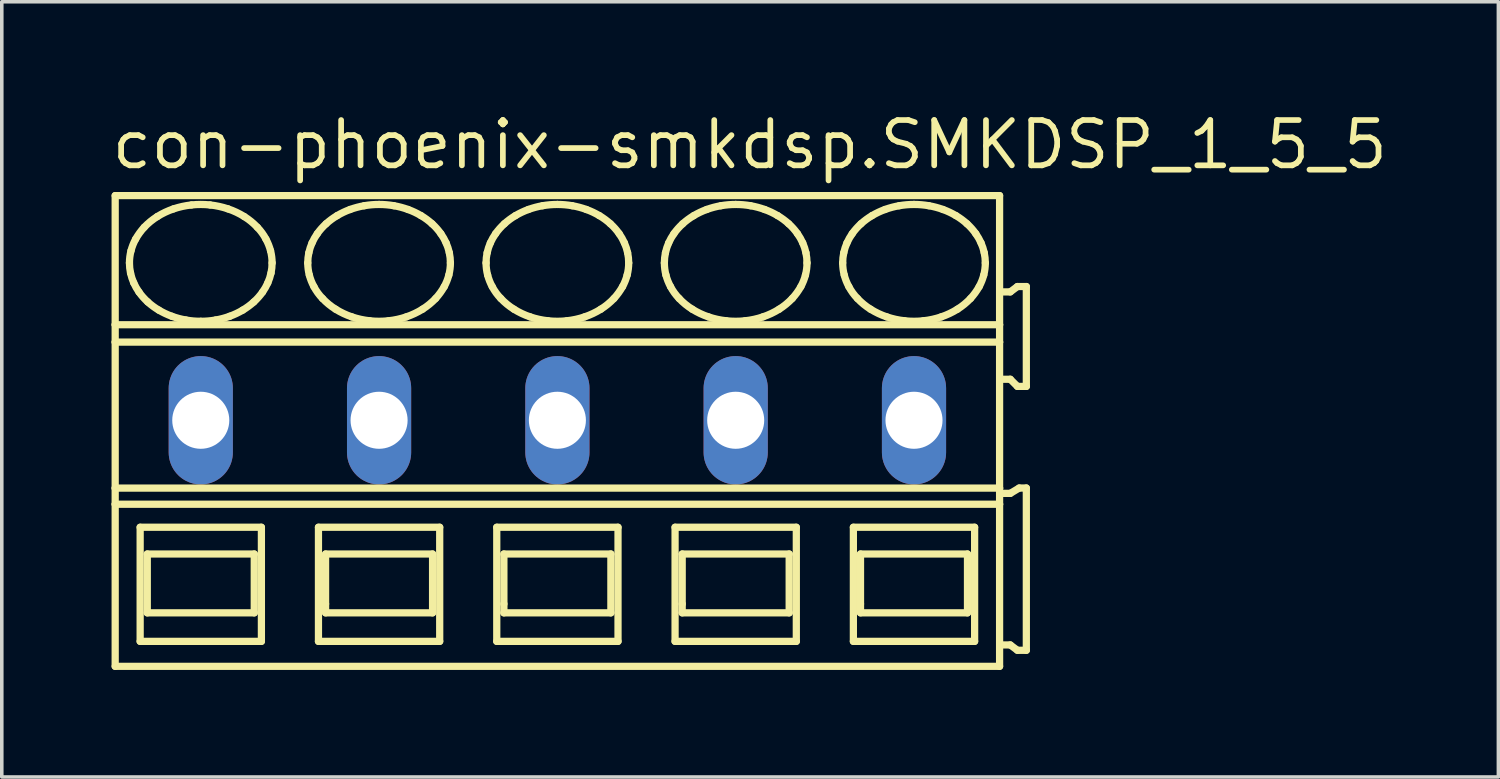
<source format=kicad_pcb>
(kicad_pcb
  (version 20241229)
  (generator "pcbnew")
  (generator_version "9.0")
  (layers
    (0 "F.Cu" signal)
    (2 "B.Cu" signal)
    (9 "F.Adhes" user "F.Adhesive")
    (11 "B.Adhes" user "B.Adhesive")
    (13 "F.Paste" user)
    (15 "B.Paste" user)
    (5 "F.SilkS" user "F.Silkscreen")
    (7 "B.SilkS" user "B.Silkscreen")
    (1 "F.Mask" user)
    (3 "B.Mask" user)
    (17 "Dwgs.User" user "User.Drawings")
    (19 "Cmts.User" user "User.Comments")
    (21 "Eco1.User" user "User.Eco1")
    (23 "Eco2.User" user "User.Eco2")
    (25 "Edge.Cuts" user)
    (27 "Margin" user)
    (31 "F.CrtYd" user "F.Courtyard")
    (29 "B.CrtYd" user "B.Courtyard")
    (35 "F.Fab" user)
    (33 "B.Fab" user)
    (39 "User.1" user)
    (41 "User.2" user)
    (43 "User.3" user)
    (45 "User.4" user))
  (footprint "con-phoenix-smkdsp.SMKDSP_1_5_5"
    (layer "F.Cu")
    (at 5.08 8.735)
    (property "Reference" "con-phoenix-smkdsp.SMKDSP_1_5_5" (at -5.08 -6.985 0) (layer "F.SilkS") (effects (font (size 1.27 1.27) (thickness 0.16)) (justify left bottom)))
    (attr through_hole)
    (fp_line (start -4.9 -6.3) (end -4.9 -2.679) (stroke (width 0.203) (type default)) (layer "F.SilkS"))
    (fp_line (start -4.9 -2.679) (end -4.9 -2.192) (stroke (width 0.203) (type default)) (layer "F.SilkS"))
    (fp_line (start -4.9 -2.192) (end -4.9 1.902) (stroke (width 0.203) (type default)) (layer "F.SilkS"))
    (fp_line (start -4.9 1.902) (end -4.9 2.354) (stroke (width 0.203) (type default)) (layer "F.SilkS"))
    (fp_line (start -4.9 2.354) (end -4.9 6.9) (stroke (width 0.203) (type default)) (layer "F.SilkS"))
    (fp_line (start -4.9 6.9) (end 19.9 6.9) (stroke (width 0.203) (type default)) (layer "F.SilkS"))
    (fp_line (start -4.2 3) (end -4.2 6.2) (stroke (width 0.203) (type default)) (layer "F.SilkS"))
    (fp_line (start -4.2 6.2) (end -0.8 6.2) (stroke (width 0.203) (type default)) (layer "F.SilkS"))
    (fp_line (start -4 3.75) (end -4 5.4) (stroke (width 0.203) (type default)) (layer "F.SilkS"))
    (fp_line (start -4 5.4) (end -1 5.4) (stroke (width 0.203) (type default)) (layer "F.SilkS"))
    (fp_line (start -1 3.75) (end -4 3.75) (stroke (width 0.203) (type default)) (layer "F.SilkS"))
    (fp_line (start -1 5.4) (end -1 3.75) (stroke (width 0.203) (type default)) (layer "F.SilkS"))
    (fp_line (start -0.8 3) (end -4.2 3) (stroke (width 0.203) (type default)) (layer "F.SilkS"))
    (fp_line (start -0.8 6.2) (end -0.8 3) (stroke (width 0.203) (type default)) (layer "F.SilkS"))
    (fp_line (start 0.8 3) (end 0.8 6.2) (stroke (width 0.203) (type default)) (layer "F.SilkS"))
    (fp_line (start 0.8 6.2) (end 4.2 6.2) (stroke (width 0.203) (type default)) (layer "F.SilkS"))
    (fp_line (start 1 3.75) (end 1 5.15) (stroke (width 0.203) (type default)) (layer "F.SilkS"))
    (fp_line (start 1 5.15) (end 1 5.4) (stroke (width 0.203) (type default)) (layer "F.SilkS"))
    (fp_line (start 1 5.4) (end 4 5.4) (stroke (width 0.203) (type default)) (layer "F.SilkS"))
    (fp_line (start 4 3.75) (end 1 3.75) (stroke (width 0.203) (type default)) (layer "F.SilkS"))
    (fp_line (start 4 5.4) (end 4 3.75) (stroke (width 0.203) (type default)) (layer "F.SilkS"))
    (fp_line (start 4.2 3) (end 0.8 3) (stroke (width 0.203) (type default)) (layer "F.SilkS"))
    (fp_line (start 4.2 6.2) (end 4.2 3) (stroke (width 0.203) (type default)) (layer "F.SilkS"))
    (fp_line (start 5.8 3) (end 5.8 6.2) (stroke (width 0.203) (type default)) (layer "F.SilkS"))
    (fp_line (start 5.8 6.2) (end 9.2 6.2) (stroke (width 0.203) (type default)) (layer "F.SilkS"))
    (fp_line (start 6 3.75) (end 6 5.15) (stroke (width 0.203) (type default)) (layer "F.SilkS"))
    (fp_line (start 6 5.15) (end 6 5.4) (stroke (width 0.203) (type default)) (layer "F.SilkS"))
    (fp_line (start 6 5.4) (end 9 5.4) (stroke (width 0.203) (type default)) (layer "F.SilkS"))
    (fp_line (start 9 3.75) (end 6 3.75) (stroke (width 0.203) (type default)) (layer "F.SilkS"))
    (fp_line (start 9 5.4) (end 9 3.75) (stroke (width 0.203) (type default)) (layer "F.SilkS"))
    (fp_line (start 9.2 3) (end 5.8 3) (stroke (width 0.203) (type default)) (layer "F.SilkS"))
    (fp_line (start 9.2 6.2) (end 9.2 3) (stroke (width 0.203) (type default)) (layer "F.SilkS"))
    (fp_line (start 10.8 3) (end 10.8 6.2) (stroke (width 0.203) (type default)) (layer "F.SilkS"))
    (fp_line (start 10.8 6.2) (end 14.2 6.2) (stroke (width 0.203) (type default)) (layer "F.SilkS"))
    (fp_line (start 11 3.75) (end 11 5.15) (stroke (width 0.203) (type default)) (layer "F.SilkS"))
    (fp_line (start 11 5.15) (end 11 5.4) (stroke (width 0.203) (type default)) (layer "F.SilkS"))
    (fp_line (start 11 5.4) (end 14 5.4) (stroke (width 0.203) (type default)) (layer "F.SilkS"))
    (fp_line (start 14 3.75) (end 11 3.75) (stroke (width 0.203) (type default)) (layer "F.SilkS"))
    (fp_line (start 14 5.4) (end 14 3.75) (stroke (width 0.203) (type default)) (layer "F.SilkS"))
    (fp_line (start 14.2 3) (end 10.8 3) (stroke (width 0.203) (type default)) (layer "F.SilkS"))
    (fp_line (start 14.2 6.2) (end 14.2 3) (stroke (width 0.203) (type default)) (layer "F.SilkS"))
    (fp_line (start 15.8 3) (end 15.8 6.2) (stroke (width 0.203) (type default)) (layer "F.SilkS"))
    (fp_line (start 15.8 6.2) (end 19.2 6.2) (stroke (width 0.203) (type default)) (layer "F.SilkS"))
    (fp_line (start 16 3.75) (end 16 5.15) (stroke (width 0.203) (type default)) (layer "F.SilkS"))
    (fp_line (start 16 5.15) (end 16 5.4) (stroke (width 0.203) (type default)) (layer "F.SilkS"))
    (fp_line (start 16 5.4) (end 19 5.4) (stroke (width 0.203) (type default)) (layer "F.SilkS"))
    (fp_line (start 19 3.75) (end 16 3.75) (stroke (width 0.203) (type default)) (layer "F.SilkS"))
    (fp_line (start 19 5.4) (end 19 3.75) (stroke (width 0.203) (type default)) (layer "F.SilkS"))
    (fp_line (start 19.2 3) (end 15.8 3) (stroke (width 0.203) (type default)) (layer "F.SilkS"))
    (fp_line (start 19.2 6.2) (end 19.2 3) (stroke (width 0.203) (type default)) (layer "F.SilkS"))
    (fp_line (start 19.9 -6.3) (end -4.9 -6.3) (stroke (width 0.203) (type default)) (layer "F.SilkS"))
    (fp_line (start 19.9 -2.679) (end -4.9 -2.679) (stroke (width 0.203) (type default)) (layer "F.SilkS"))
    (fp_line (start 19.9 -2.679) (end 19.9 -6.3) (stroke (width 0.203) (type default)) (layer "F.SilkS"))
    (fp_line (start 19.9 -2.192) (end -4.9 -2.192) (stroke (width 0.203) (type default)) (layer "F.SilkS"))
    (fp_line (start 19.9 -2.192) (end 19.9 -2.679) (stroke (width 0.203) (type default)) (layer "F.SilkS"))
    (fp_line (start 19.9 1.902) (end -4.9 1.902) (stroke (width 0.203) (type default)) (layer "F.SilkS"))
    (fp_line (start 19.9 1.902) (end 19.9 -2.192) (stroke (width 0.203) (type default)) (layer "F.SilkS"))
    (fp_line (start 19.9 2.354) (end -4.9 2.354) (stroke (width 0.203) (type default)) (layer "F.SilkS"))
    (fp_line (start 19.9 2.354) (end 19.9 1.902) (stroke (width 0.203) (type default)) (layer "F.SilkS"))
    (fp_line (start 19.9 6.9) (end 19.9 2.354) (stroke (width 0.203) (type default)) (layer "F.SilkS"))
    (fp_line (start 20 -1.15) (end 20.2 -1.15) (stroke (width 0.203) (type default)) (layer "F.SilkS"))
    (fp_line (start 20 6.3) (end 20.2 6.3) (stroke (width 0.203) (type default)) (layer "F.SilkS"))
    (fp_line (start 20.2 -3.6) (end 20 -3.6) (stroke (width 0.203) (type default)) (layer "F.SilkS"))
    (fp_line (start 20.2 -1.15) (end 20.4 -0.95) (stroke (width 0.203) (type default)) (layer "F.SilkS"))
    (fp_line (start 20.2 2.05) (end 20 2.05) (stroke (width 0.203) (type default)) (layer "F.SilkS"))
    (fp_line (start 20.2 6.3) (end 20.4 6.45) (stroke (width 0.203) (type default)) (layer "F.SilkS"))
    (fp_line (start 20.4 -3.75) (end 20.2 -3.6) (stroke (width 0.203) (type default)) (layer "F.SilkS"))
    (fp_line (start 20.4 -0.95) (end 20.65 -0.95) (stroke (width 0.203) (type default)) (layer "F.SilkS"))
    (fp_line (start 20.4 6.45) (end 20.65 6.45) (stroke (width 0.203) (type default)) (layer "F.SilkS"))
    (fp_line (start 20.45 1.9) (end 20.2 2.05) (stroke (width 0.203) (type default)) (layer "F.SilkS"))
    (fp_line (start 20.65 -3.75) (end 20.4 -3.75) (stroke (width 0.203) (type default)) (layer "F.SilkS"))
    (fp_line (start 20.65 -0.95) (end 20.65 -3.75) (stroke (width 0.203) (type default)) (layer "F.SilkS"))
    (fp_line (start 20.65 1.9) (end 20.45 1.9) (stroke (width 0.203) (type default)) (layer "F.SilkS"))
    (fp_line (start 20.65 6.45) (end 20.65 1.9) (stroke (width 0.203) (type default)) (layer "F.SilkS"))
    (fp_arc (start -4.5 -4.4136) (mid -4.488905 -4.585389) (end -4.4562 -4.7544) (stroke (width 0.2032) (type default)) (layer "F.SilkS"))
    (fp_arc (start -4.4695 -4.1287) (mid -4.492309 -4.270341) (end -4.5 -4.4136) (stroke (width 0.2032) (type default)) (layer "F.SilkS"))
    (fp_arc (start -4.4562 -4.7544) (mid -4.401558 -4.920839) (end -4.3273 -5.0795) (stroke (width 0.2032) (type default)) (layer "F.SilkS"))
    (fp_arc (start -4.3795 -3.8536) (mid -4.431599 -3.988827) (end -4.4695 -4.1287) (stroke (width 0.2032) (type default)) (layer "F.SilkS"))
    (fp_arc (start -4.3274 -5.0795) (mid -4.216217 -5.252167) (end -4.0864 -5.4113) (stroke (width 0.2032) (type default)) (layer "F.SilkS"))
    (fp_arc (start -4.232 -3.5945) (mid -4.312155 -3.720404) (end -4.3795 -3.8536) (stroke (width 0.2032) (type default)) (layer "F.SilkS"))
    (fp_arc (start -4.0864 -5.4113) (mid -3.911717 -5.573771) (end -3.718 -5.713) (stroke (width 0.2032) (type default)) (layer "F.SilkS"))
    (fp_arc (start -3.9861 -3.3171) (mid -4.116737 -3.448975) (end -4.2321 -3.5944) (stroke (width 0.2032) (type default)) (layer "F.SilkS"))
    (fp_arc (start -3.718 -5.713) (mid -3.497651 -5.83326) (end -3.2649 -5.9273) (stroke (width 0.2032) (type default)) (layer "F.SilkS"))
    (fp_arc (start -3.676 -3.0884) (mid -3.836846 -3.19489) (end -3.9861 -3.3171) (stroke (width 0.2032) (type default)) (layer "F.SilkS"))
    (fp_arc (start -3.313 -2.9167) (mid -3.498551 -2.993985) (end -3.676 -3.0884) (stroke (width 0.2032) (type default)) (layer "F.SilkS"))
    (fp_arc (start -3.2649 -5.9273) (mid -3.016253 -5.996227) (end -2.7616 -6.0378) (stroke (width 0.2032) (type default)) (layer "F.SilkS"))
    (fp_arc (start -2.9161 -2.8111) (mid -3.116893 -2.855096) (end -3.313 -2.9167) (stroke (width 0.2032) (type default)) (layer "F.SilkS"))
    (fp_arc (start -2.7616 -6.0378) (mid -2.5 -6.051841) (end -2.2384 -6.0378) (stroke (width 0.2032) (type default)) (layer "F.SilkS"))
    (fp_arc (start -2.5 -2.7752) (mid -2.708826 -2.784159) (end -2.9161 -2.8111) (stroke (width 0.2032) (type default)) (layer "F.SilkS"))
    (fp_arc (start -2.2384 -6.0378) (mid -1.983714 -5.996378) (end -1.7351 -5.9273) (stroke (width 0.2032) (type default)) (layer "F.SilkS"))
    (fp_arc (start -2.0839 -2.8111) (mid -2.291182 -2.784277) (end -2.5 -2.7753) (stroke (width 0.2032) (type default)) (layer "F.SilkS"))
    (fp_arc (start -1.7351 -5.9273) (mid -1.502222 -5.83353) (end -1.282 -5.713) (stroke (width 0.2032) (type default)) (layer "F.SilkS"))
    (fp_arc (start -1.687 -2.9167) (mid -1.883128 -2.855175) (end -2.0839 -2.8111) (stroke (width 0.2032) (type default)) (layer "F.SilkS"))
    (fp_arc (start -1.324 -3.0884) (mid -1.501514 -2.994123) (end -1.687 -2.9167) (stroke (width 0.2032) (type default)) (layer "F.SilkS"))
    (fp_arc (start -1.282 -5.713) (mid -1.088036 -5.574073) (end -0.9136 -5.4113) (stroke (width 0.2032) (type default)) (layer "F.SilkS"))
    (fp_arc (start -1.0139 -3.3171) (mid -1.163276 -3.195057) (end -1.324 -3.0884) (stroke (width 0.2032) (type default)) (layer "F.SilkS"))
    (fp_arc (start -0.9137 -5.4112) (mid -0.781313 -5.253987) (end -0.6727 -5.0795) (stroke (width 0.2032) (type default)) (layer "F.SilkS"))
    (fp_arc (start -0.7679 -3.5944) (mid -0.88339 -3.449088) (end -1.0139 -3.3171) (stroke (width 0.2032) (type default)) (layer "F.SilkS"))
    (fp_arc (start -0.6727 -5.0795) (mid -0.598286 -4.920901) (end -0.5438 -4.7544) (stroke (width 0.2032) (type default)) (layer "F.SilkS"))
    (fp_arc (start -0.6204 -3.8536) (mid -0.687861 -3.720421) (end -0.7679 -3.5944) (stroke (width 0.2032) (type default)) (layer "F.SilkS"))
    (fp_arc (start -0.5438 -4.7544) (mid -0.511083 -4.58539) (end -0.5 -4.4136) (stroke (width 0.2032) (type default)) (layer "F.SilkS"))
    (fp_arc (start -0.5305 -4.1287) (mid -0.568473 -3.988851) (end -0.6205 -3.8536) (stroke (width 0.2032) (type default)) (layer "F.SilkS"))
    (fp_arc (start -0.5001 -4.4136) (mid -0.50774 -4.270343) (end -0.5305 -4.1287) (stroke (width 0.2032) (type default)) (layer "F.SilkS"))
    (fp_arc (start 0.5 -4.4136) (mid 0.507693 -4.556809) (end 0.5305 -4.6984) (stroke (width 0.2032) (type default)) (layer "F.SilkS"))
    (fp_arc (start 0.5305 -4.6984) (mid 0.568467 -4.8383) (end 0.6205 -4.9736) (stroke (width 0.2032) (type default)) (layer "F.SilkS"))
    (fp_arc (start 0.5438 -4.0727) (mid 0.511073 -4.241759) (end 0.5 -4.4136) (stroke (width 0.2032) (type default)) (layer "F.SilkS"))
    (fp_arc (start 0.6204 -4.9736) (mid 0.687866 -5.106728) (end 0.7679 -5.2327) (stroke (width 0.2032) (type default)) (layer "F.SilkS"))
    (fp_arc (start 0.6727 -3.7476) (mid 0.598288 -3.9062) (end 0.5438 -4.0727) (stroke (width 0.2032) (type default)) (layer "F.SilkS"))
    (fp_arc (start 0.7679 -5.2327) (mid 0.883386 -5.378016) (end 1.0139 -5.51) (stroke (width 0.2032) (type default)) (layer "F.SilkS"))
    (fp_arc (start 0.9136 -3.4159) (mid 0.781267 -3.57312) (end 0.6727 -3.7476) (stroke (width 0.2032) (type default)) (layer "F.SilkS"))
    (fp_arc (start 1.0139 -5.51) (mid 1.163277 -5.632042) (end 1.324 -5.7387) (stroke (width 0.2032) (type default)) (layer "F.SilkS"))
    (fp_arc (start 1.282 -3.1141) (mid 1.088032 -3.253077) (end 0.9136 -3.4159) (stroke (width 0.2032) (type default)) (layer "F.SilkS"))
    (fp_arc (start 1.324 -5.7387) (mid 1.501514 -5.832977) (end 1.687 -5.9104) (stroke (width 0.2032) (type default)) (layer "F.SilkS"))
    (fp_arc (start 1.687 -5.9104) (mid 1.883128 -5.971925) (end 2.0839 -6.016) (stroke (width 0.2032) (type default)) (layer "F.SilkS"))
    (fp_arc (start 1.7351 -2.8998) (mid 1.502222 -2.993571) (end 1.282 -3.1141) (stroke (width 0.2032) (type default)) (layer "F.SilkS"))
    (fp_arc (start 2.0839 -6.0161) (mid 2.291183 -6.042919) (end 2.5 -6.0519) (stroke (width 0.2032) (type default)) (layer "F.SilkS"))
    (fp_arc (start 2.2384 -2.7893) (mid 1.983714 -2.830721) (end 1.7351 -2.8998) (stroke (width 0.2032) (type default)) (layer "F.SilkS"))
    (fp_arc (start 2.5 -6.0519) (mid 2.708826 -6.042941) (end 2.9161 -6.016) (stroke (width 0.2032) (type default)) (layer "F.SilkS"))
    (fp_arc (start 2.7616 -2.7893) (mid 2.5 -2.775259) (end 2.2384 -2.7893) (stroke (width 0.2032) (type default)) (layer "F.SilkS"))
    (fp_arc (start 2.9161 -6.016) (mid 3.116893 -5.972004) (end 3.313 -5.9104) (stroke (width 0.2032) (type default)) (layer "F.SilkS"))
    (fp_arc (start 3.2649 -2.8998) (mid 3.016253 -2.830873) (end 2.7616 -2.7893) (stroke (width 0.2032) (type default)) (layer "F.SilkS"))
    (fp_arc (start 3.313 -5.9104) (mid 3.498552 -5.833116) (end 3.676 -5.7387) (stroke (width 0.2032) (type default)) (layer "F.SilkS"))
    (fp_arc (start 3.676 -5.7387) (mid 3.836846 -5.632209) (end 3.9861 -5.51) (stroke (width 0.2032) (type default)) (layer "F.SilkS"))
    (fp_arc (start 3.718 -3.1141) (mid 3.497651 -2.993839) (end 3.2649 -2.8998) (stroke (width 0.2032) (type default)) (layer "F.SilkS"))
    (fp_arc (start 3.9861 -5.51) (mid 4.116738 -5.378126) (end 4.2321 -5.2327) (stroke (width 0.2032) (type default)) (layer "F.SilkS"))
    (fp_arc (start 4.0864 -3.4159) (mid 3.911721 -3.253378) (end 3.718 -3.1141) (stroke (width 0.2032) (type default)) (layer "F.SilkS"))
    (fp_arc (start 4.2321 -5.2327) (mid 4.312204 -5.106793) (end 4.3795 -4.9736) (stroke (width 0.2032) (type default)) (layer "F.SilkS"))
    (fp_arc (start 4.3273 -3.7476) (mid 4.216161 -3.574988) (end 4.0864 -3.4159) (stroke (width 0.2032) (type default)) (layer "F.SilkS"))
    (fp_arc (start 4.3795 -4.9736) (mid 4.431605 -4.838324) (end 4.4695 -4.6984) (stroke (width 0.2032) (type default)) (layer "F.SilkS"))
    (fp_arc (start 4.4562 -4.0727) (mid 4.401557 -3.906262) (end 4.3273 -3.7476) (stroke (width 0.2032) (type default)) (layer "F.SilkS"))
    (fp_arc (start 4.4695 -4.6984) (mid 4.4923 -4.556809) (end 4.5 -4.4136) (stroke (width 0.2032) (type default)) (layer "F.SilkS"))
    (fp_arc (start 4.5 -4.4136) (mid 4.488914 -4.241761) (end 4.4562 -4.0727) (stroke (width 0.2032) (type default)) (layer "F.SilkS"))
    (fp_arc (start 5.5 -4.4136) (mid 5.507693 -4.556809) (end 5.5305 -4.6984) (stroke (width 0.2032) (type default)) (layer "F.SilkS"))
    (fp_arc (start 5.5305 -4.6984) (mid 5.568467 -4.8383) (end 5.6205 -4.9736) (stroke (width 0.2032) (type default)) (layer "F.SilkS"))
    (fp_arc (start 5.5438 -4.0727) (mid 5.511073 -4.241759) (end 5.5 -4.4136) (stroke (width 0.2032) (type default)) (layer "F.SilkS"))
    (fp_arc (start 5.6204 -4.9736) (mid 5.687866 -5.106728) (end 5.7679 -5.2327) (stroke (width 0.2032) (type default)) (layer "F.SilkS"))
    (fp_arc (start 5.6727 -3.7476) (mid 5.598288 -3.9062) (end 5.5438 -4.0727) (stroke (width 0.2032) (type default)) (layer "F.SilkS"))
    (fp_arc (start 5.7679 -5.2327) (mid 5.883386 -5.378016) (end 6.0139 -5.51) (stroke (width 0.2032) (type default)) (layer "F.SilkS"))
    (fp_arc (start 5.9136 -3.4159) (mid 5.781267 -3.57312) (end 5.6727 -3.7476) (stroke (width 0.2032) (type default)) (layer "F.SilkS"))
    (fp_arc (start 6.0139 -5.51) (mid 6.163277 -5.632042) (end 6.324 -5.7387) (stroke (width 0.2032) (type default)) (layer "F.SilkS"))
    (fp_arc (start 6.282 -3.1141) (mid 6.088032 -3.253077) (end 5.9136 -3.4159) (stroke (width 0.2032) (type default)) (layer "F.SilkS"))
    (fp_arc (start 6.324 -5.7387) (mid 6.501514 -5.832977) (end 6.687 -5.9104) (stroke (width 0.2032) (type default)) (layer "F.SilkS"))
    (fp_arc (start 6.687 -5.9104) (mid 6.883128 -5.971925) (end 7.0839 -6.016) (stroke (width 0.2032) (type default)) (layer "F.SilkS"))
    (fp_arc (start 6.7351 -2.8998) (mid 6.502222 -2.993571) (end 6.282 -3.1141) (stroke (width 0.2032) (type default)) (layer "F.SilkS"))
    (fp_arc (start 7.0839 -6.0161) (mid 7.291183 -6.042919) (end 7.5 -6.0519) (stroke (width 0.2032) (type default)) (layer "F.SilkS"))
    (fp_arc (start 7.2384 -2.7893) (mid 6.983714 -2.830721) (end 6.7351 -2.8998) (stroke (width 0.2032) (type default)) (layer "F.SilkS"))
    (fp_arc (start 7.5 -6.0519) (mid 7.708826 -6.042941) (end 7.9161 -6.016) (stroke (width 0.2032) (type default)) (layer "F.SilkS"))
    (fp_arc (start 7.7616 -2.7893) (mid 7.5 -2.775259) (end 7.2384 -2.7893) (stroke (width 0.2032) (type default)) (layer "F.SilkS"))
    (fp_arc (start 7.9161 -6.016) (mid 8.116893 -5.972004) (end 8.313 -5.9104) (stroke (width 0.2032) (type default)) (layer "F.SilkS"))
    (fp_arc (start 8.2649 -2.8998) (mid 8.016253 -2.830873) (end 7.7616 -2.7893) (stroke (width 0.2032) (type default)) (layer "F.SilkS"))
    (fp_arc (start 8.313 -5.9104) (mid 8.498552 -5.833116) (end 8.676 -5.7387) (stroke (width 0.2032) (type default)) (layer "F.SilkS"))
    (fp_arc (start 8.676 -5.7387) (mid 8.836846 -5.632209) (end 8.9861 -5.51) (stroke (width 0.2032) (type default)) (layer "F.SilkS"))
    (fp_arc (start 8.718 -3.1141) (mid 8.497651 -2.993839) (end 8.2649 -2.8998) (stroke (width 0.2032) (type default)) (layer "F.SilkS"))
    (fp_arc (start 8.9861 -5.51) (mid 9.116738 -5.378126) (end 9.2321 -5.2327) (stroke (width 0.2032) (type default)) (layer "F.SilkS"))
    (fp_arc (start 9.0864 -3.4159) (mid 8.911721 -3.253378) (end 8.718 -3.1141) (stroke (width 0.2032) (type default)) (layer "F.SilkS"))
    (fp_arc (start 9.2321 -5.2327) (mid 9.312204 -5.106793) (end 9.3795 -4.9736) (stroke (width 0.2032) (type default)) (layer "F.SilkS"))
    (fp_arc (start 9.3273 -3.7476) (mid 9.216161 -3.574988) (end 9.0864 -3.4159) (stroke (width 0.2032) (type default)) (layer "F.SilkS"))
    (fp_arc (start 9.3795 -4.9736) (mid 9.431605 -4.838324) (end 9.4695 -4.6984) (stroke (width 0.2032) (type default)) (layer "F.SilkS"))
    (fp_arc (start 9.4562 -4.0727) (mid 9.401557 -3.906262) (end 9.3273 -3.7476) (stroke (width 0.2032) (type default)) (layer "F.SilkS"))
    (fp_arc (start 9.4695 -4.6984) (mid 9.4923 -4.556809) (end 9.5 -4.4136) (stroke (width 0.2032) (type default)) (layer "F.SilkS"))
    (fp_arc (start 9.5 -4.4136) (mid 9.488914 -4.241761) (end 9.4562 -4.0727) (stroke (width 0.2032) (type default)) (layer "F.SilkS"))
    (fp_arc (start 10.5 -4.4136) (mid 10.507693 -4.556809) (end 10.5305 -4.6984) (stroke (width 0.2032) (type default)) (layer "F.SilkS"))
    (fp_arc (start 10.5305 -4.6984) (mid 10.568467 -4.8383) (end 10.6205 -4.9736) (stroke (width 0.2032) (type default)) (layer "F.SilkS"))
    (fp_arc (start 10.5438 -4.0727) (mid 10.511073 -4.241759) (end 10.5 -4.4136) (stroke (width 0.2032) (type default)) (layer "F.SilkS"))
    (fp_arc (start 10.6204 -4.9736) (mid 10.687866 -5.106728) (end 10.7679 -5.2327) (stroke (width 0.2032) (type default)) (layer "F.SilkS"))
    (fp_arc (start 10.6727 -3.7476) (mid 10.598288 -3.9062) (end 10.5438 -4.0727) (stroke (width 0.2032) (type default)) (layer "F.SilkS"))
    (fp_arc (start 10.7679 -5.2327) (mid 10.883386 -5.378016) (end 11.0139 -5.51) (stroke (width 0.2032) (type default)) (layer "F.SilkS"))
    (fp_arc (start 10.9136 -3.4159) (mid 10.781267 -3.57312) (end 10.6727 -3.7476) (stroke (width 0.2032) (type default)) (layer "F.SilkS"))
    (fp_arc (start 11.0139 -5.51) (mid 11.163277 -5.632042) (end 11.324 -5.7387) (stroke (width 0.2032) (type default)) (layer "F.SilkS"))
    (fp_arc (start 11.282 -3.1141) (mid 11.088032 -3.253077) (end 10.9136 -3.4159) (stroke (width 0.2032) (type default)) (layer "F.SilkS"))
    (fp_arc (start 11.324 -5.7387) (mid 11.501514 -5.832977) (end 11.687 -5.9104) (stroke (width 0.2032) (type default)) (layer "F.SilkS"))
    (fp_arc (start 11.687 -5.9104) (mid 11.883128 -5.971925) (end 12.0839 -6.016) (stroke (width 0.2032) (type default)) (layer "F.SilkS"))
    (fp_arc (start 11.7351 -2.8998) (mid 11.502222 -2.993571) (end 11.282 -3.1141) (stroke (width 0.2032) (type default)) (layer "F.SilkS"))
    (fp_arc (start 12.0839 -6.0161) (mid 12.291183 -6.042919) (end 12.5 -6.0519) (stroke (width 0.2032) (type default)) (layer "F.SilkS"))
    (fp_arc (start 12.2384 -2.7893) (mid 11.983714 -2.830721) (end 11.7351 -2.8998) (stroke (width 0.2032) (type default)) (layer "F.SilkS"))
    (fp_arc (start 12.5 -6.0519) (mid 12.708826 -6.042941) (end 12.9161 -6.016) (stroke (width 0.2032) (type default)) (layer "F.SilkS"))
    (fp_arc (start 12.7616 -2.7893) (mid 12.5 -2.775259) (end 12.2384 -2.7893) (stroke (width 0.2032) (type default)) (layer "F.SilkS"))
    (fp_arc (start 12.9161 -6.016) (mid 13.116893 -5.972004) (end 13.313 -5.9104) (stroke (width 0.2032) (type default)) (layer "F.SilkS"))
    (fp_arc (start 13.2649 -2.8998) (mid 13.016253 -2.830873) (end 12.7616 -2.7893) (stroke (width 0.2032) (type default)) (layer "F.SilkS"))
    (fp_arc (start 13.313 -5.9104) (mid 13.498552 -5.833116) (end 13.676 -5.7387) (stroke (width 0.2032) (type default)) (layer "F.SilkS"))
    (fp_arc (start 13.676 -5.7387) (mid 13.836846 -5.632209) (end 13.9861 -5.51) (stroke (width 0.2032) (type default)) (layer "F.SilkS"))
    (fp_arc (start 13.718 -3.1141) (mid 13.497651 -2.993839) (end 13.2649 -2.8998) (stroke (width 0.2032) (type default)) (layer "F.SilkS"))
    (fp_arc (start 13.9861 -5.51) (mid 14.116738 -5.378126) (end 14.2321 -5.2327) (stroke (width 0.2032) (type default)) (layer "F.SilkS"))
    (fp_arc (start 14.0864 -3.4159) (mid 13.911721 -3.253378) (end 13.718 -3.1141) (stroke (width 0.2032) (type default)) (layer "F.SilkS"))
    (fp_arc (start 14.2321 -5.2327) (mid 14.312204 -5.106793) (end 14.3795 -4.9736) (stroke (width 0.2032) (type default)) (layer "F.SilkS"))
    (fp_arc (start 14.3273 -3.7476) (mid 14.216161 -3.574988) (end 14.0864 -3.4159) (stroke (width 0.2032) (type default)) (layer "F.SilkS"))
    (fp_arc (start 14.3795 -4.9736) (mid 14.431605 -4.838324) (end 14.4695 -4.6984) (stroke (width 0.2032) (type default)) (layer "F.SilkS"))
    (fp_arc (start 14.4562 -4.0727) (mid 14.401557 -3.906262) (end 14.3273 -3.7476) (stroke (width 0.2032) (type default)) (layer "F.SilkS"))
    (fp_arc (start 14.4695 -4.6984) (mid 14.4923 -4.556809) (end 14.5 -4.4136) (stroke (width 0.2032) (type default)) (layer "F.SilkS"))
    (fp_arc (start 14.5 -4.4136) (mid 14.488914 -4.241761) (end 14.4562 -4.0727) (stroke (width 0.2032) (type default)) (layer "F.SilkS"))
    (fp_arc (start 15.5 -4.4136) (mid 15.507693 -4.556809) (end 15.5305 -4.6984) (stroke (width 0.2032) (type default)) (layer "F.SilkS"))
    (fp_arc (start 15.5305 -4.6984) (mid 15.568467 -4.8383) (end 15.6205 -4.9736) (stroke (width 0.2032) (type default)) (layer "F.SilkS"))
    (fp_arc (start 15.5438 -4.0727) (mid 15.511073 -4.241759) (end 15.5 -4.4136) (stroke (width 0.2032) (type default)) (layer "F.SilkS"))
    (fp_arc (start 15.6204 -4.9736) (mid 15.687866 -5.106728) (end 15.7679 -5.2327) (stroke (width 0.2032) (type default)) (layer "F.SilkS"))
    (fp_arc (start 15.6727 -3.7476) (mid 15.598288 -3.9062) (end 15.5438 -4.0727) (stroke (width 0.2032) (type default)) (layer "F.SilkS"))
    (fp_arc (start 15.7679 -5.2327) (mid 15.883386 -5.378016) (end 16.0139 -5.51) (stroke (width 0.2032) (type default)) (layer "F.SilkS"))
    (fp_arc (start 15.9136 -3.4159) (mid 15.781267 -3.57312) (end 15.6727 -3.7476) (stroke (width 0.2032) (type default)) (layer "F.SilkS"))
    (fp_arc (start 16.0139 -5.51) (mid 16.163277 -5.632042) (end 16.324 -5.7387) (stroke (width 0.2032) (type default)) (layer "F.SilkS"))
    (fp_arc (start 16.282 -3.1141) (mid 16.088032 -3.253077) (end 15.9136 -3.4159) (stroke (width 0.2032) (type default)) (layer "F.SilkS"))
    (fp_arc (start 16.324 -5.7387) (mid 16.501514 -5.832977) (end 16.687 -5.9104) (stroke (width 0.2032) (type default)) (layer "F.SilkS"))
    (fp_arc (start 16.687 -5.9104) (mid 16.883128 -5.971925) (end 17.0839 -6.016) (stroke (width 0.2032) (type default)) (layer "F.SilkS"))
    (fp_arc (start 16.7351 -2.8998) (mid 16.502222 -2.993571) (end 16.282 -3.1141) (stroke (width 0.2032) (type default)) (layer "F.SilkS"))
    (fp_arc (start 17.0839 -6.0161) (mid 17.291183 -6.042919) (end 17.5 -6.0519) (stroke (width 0.2032) (type default)) (layer "F.SilkS"))
    (fp_arc (start 17.2384 -2.7893) (mid 16.983714 -2.830721) (end 16.7351 -2.8998) (stroke (width 0.2032) (type default)) (layer "F.SilkS"))
    (fp_arc (start 17.5 -6.0519) (mid 17.708826 -6.042941) (end 17.9161 -6.016) (stroke (width 0.2032) (type default)) (layer "F.SilkS"))
    (fp_arc (start 17.7616 -2.7893) (mid 17.5 -2.775259) (end 17.2384 -2.7893) (stroke (width 0.2032) (type default)) (layer "F.SilkS"))
    (fp_arc (start 17.9161 -6.016) (mid 18.116893 -5.972004) (end 18.313 -5.9104) (stroke (width 0.2032) (type default)) (layer "F.SilkS"))
    (fp_arc (start 18.2649 -2.8998) (mid 18.016253 -2.830873) (end 17.7616 -2.7893) (stroke (width 0.2032) (type default)) (layer "F.SilkS"))
    (fp_arc (start 18.313 -5.9104) (mid 18.498552 -5.833116) (end 18.676 -5.7387) (stroke (width 0.2032) (type default)) (layer "F.SilkS"))
    (fp_arc (start 18.676 -5.7387) (mid 18.836846 -5.632209) (end 18.9861 -5.51) (stroke (width 0.2032) (type default)) (layer "F.SilkS"))
    (fp_arc (start 18.718 -3.1141) (mid 18.497651 -2.993839) (end 18.2649 -2.8998) (stroke (width 0.2032) (type default)) (layer "F.SilkS"))
    (fp_arc (start 18.9861 -5.51) (mid 19.116738 -5.378126) (end 19.2321 -5.2327) (stroke (width 0.2032) (type default)) (layer "F.SilkS"))
    (fp_arc (start 19.0864 -3.4159) (mid 18.911721 -3.253378) (end 18.718 -3.1141) (stroke (width 0.2032) (type default)) (layer "F.SilkS"))
    (fp_arc (start 19.2321 -5.2327) (mid 19.312204 -5.106793) (end 19.3795 -4.9736) (stroke (width 0.2032) (type default)) (layer "F.SilkS"))
    (fp_arc (start 19.3273 -3.7476) (mid 19.216161 -3.574988) (end 19.0864 -3.4159) (stroke (width 0.2032) (type default)) (layer "F.SilkS"))
    (fp_arc (start 19.3795 -4.9736) (mid 19.431605 -4.838324) (end 19.4695 -4.6984) (stroke (width 0.2032) (type default)) (layer "F.SilkS"))
    (fp_arc (start 19.4562 -4.0727) (mid 19.401557 -3.906262) (end 19.3273 -3.7476) (stroke (width 0.2032) (type default)) (layer "F.SilkS"))
    (fp_arc (start 19.4695 -4.6984) (mid 19.4923 -4.556809) (end 19.5 -4.4136) (stroke (width 0.2032) (type default)) (layer "F.SilkS"))
    (fp_arc (start 19.5 -4.4136) (mid 19.488914 -4.241761) (end 19.4562 -4.0727) (stroke (width 0.2032) (type default)) (layer "F.SilkS"))
    (pad "1" thru_hole oval (at -2.5 0 90) (size 3.6 1.8) (drill 1.6) (layers "*.Cu" "*.Mask"))
    (pad "2" thru_hole oval (at 2.5 0 90) (size 3.6 1.8) (drill 1.6) (layers "*.Cu" "*.Mask"))
    (pad "3" thru_hole oval (at 7.5 0 90) (size 3.6 1.8) (drill 1.6) (layers "*.Cu" "*.Mask"))
    (pad "4" thru_hole oval (at 12.5 0 90) (size 3.6 1.8) (drill 1.6) (layers "*.Cu" "*.Mask"))
    (pad "5" thru_hole oval (at 17.5 0 90) (size 3.6 1.8) (drill 1.6) (layers "*.Cu" "*.Mask")))
  (gr_rect
    (start -3 -3)
    (end 38.967 18.737)
    (stroke (width 0.1) (type default))
    (fill no)
    (layer "Edge.Cuts")))
</source>
